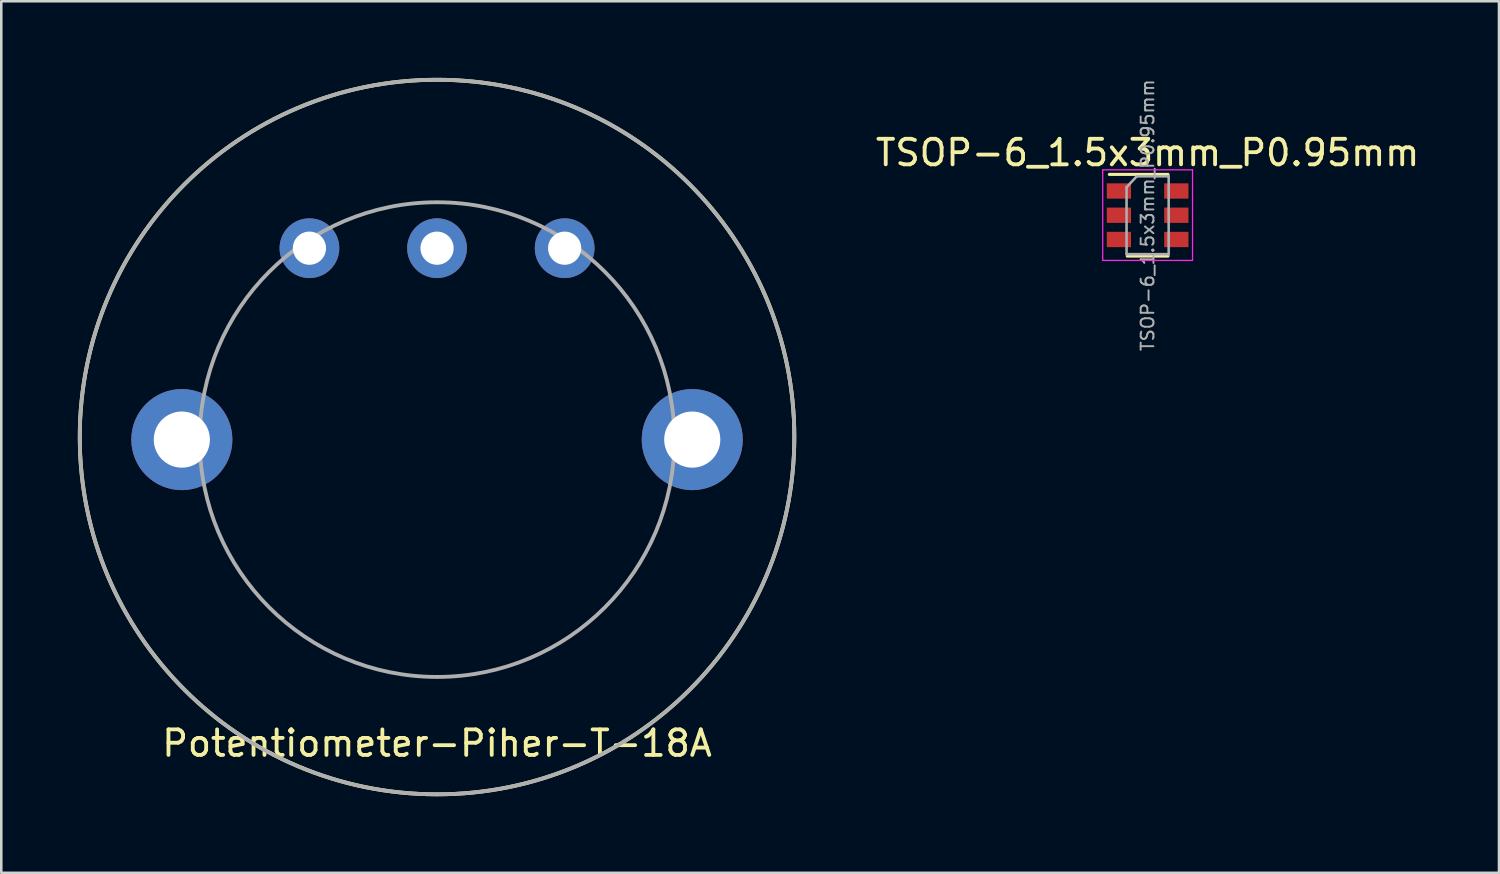
<source format=kicad_pcb>
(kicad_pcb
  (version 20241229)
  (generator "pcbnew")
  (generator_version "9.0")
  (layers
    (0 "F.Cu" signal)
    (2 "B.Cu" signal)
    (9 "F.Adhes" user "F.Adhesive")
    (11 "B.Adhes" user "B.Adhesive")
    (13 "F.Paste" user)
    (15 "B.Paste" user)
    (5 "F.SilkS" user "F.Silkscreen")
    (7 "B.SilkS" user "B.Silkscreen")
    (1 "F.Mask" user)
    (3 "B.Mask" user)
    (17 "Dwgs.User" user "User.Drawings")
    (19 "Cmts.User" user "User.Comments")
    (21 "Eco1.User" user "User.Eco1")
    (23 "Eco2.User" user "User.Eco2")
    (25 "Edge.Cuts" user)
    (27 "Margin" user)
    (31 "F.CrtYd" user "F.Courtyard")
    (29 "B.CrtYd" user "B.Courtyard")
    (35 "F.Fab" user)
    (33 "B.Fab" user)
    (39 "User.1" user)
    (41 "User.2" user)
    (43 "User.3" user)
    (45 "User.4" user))
  (footprint "Potentiometer-Piher-T-18A"
    (layer "F.Cu")
    (at 14.075 6.675)
    (property "Reference" "Potentiometer-Piher-T-18A" (at 0 19.4 0) (layer "F.SilkS") (effects (font (size 1 1) (thickness 0.15))))
    (attr through_hole)
    (fp_circle (center 0 7.4) (end 14 7.4) (stroke (width 0.15) (type solid)) (fill no) (layer "F.SilkS"))
    (fp_circle (center 0 7.4) (end 14 7.4) (stroke (width 0.15) (type solid)) (fill no) (layer "F.Fab"))
    (fp_circle (center 0 7.5) (end 9.3 7.5) (stroke (width 0.15) (type solid)) (fill no) (layer "F.Fab"))
    (pad "1" thru_hole circle (at -5 0) (size 2.34 2.34) (drill 1.3) (layers "*.Cu" "*.Mask"))
    (pad "2" thru_hole circle (at 0 0) (size 2.34 2.34) (drill 1.3) (layers "*.Cu" "*.Mask"))
    (pad "3" thru_hole circle (at 5 0) (size 2.34 2.34) (drill 1.3) (layers "*.Cu" "*.Mask"))
    (pad "MP" thru_hole circle (at -10 7.5) (size 3.96 3.96) (drill 2.2) (layers "*.Cu" "*.Mask"))
    (pad "MP" thru_hole circle (at 10 7.5) (size 3.96 3.96) (drill 2.2) (layers "*.Cu" "*.Mask")))
  (footprint "TSOP-6_1.5x3mm_P0.95mm"
    (layer "F.Cu")
    (at 41.918 5.384)
    (property "Reference" "TSOP-6_1.5x3mm_P0.95mm" (at 0 -2.45 0) (layer "F.SilkS") (effects (font (size 1 1) (thickness 0.15))))
    (attr smd)
    (fp_line (start -0.8 1.6) (end 0.8 1.6) (stroke (width 0.12) (type solid)) (layer "F.SilkS"))
    (fp_line (start 0.8 -1.6) (end -1.5 -1.6) (stroke (width 0.12) (type solid)) (layer "F.SilkS"))
    (fp_line (start -1.76 -1.78) (end -1.76 1.77) (stroke (width 0.05) (type solid)) (layer "F.CrtYd"))
    (fp_line (start -1.76 -1.78) (end 1.76 -1.78) (stroke (width 0.05) (type solid)) (layer "F.CrtYd"))
    (fp_line (start 1.76 1.77) (end -1.76 1.77) (stroke (width 0.05) (type solid)) (layer "F.CrtYd"))
    (fp_line (start 1.76 1.77) (end 1.76 -1.78) (stroke (width 0.05) (type solid)) (layer "F.CrtYd"))
    (fp_line (start -0.825 -1.1) (end -0.825 1.525) (stroke (width 0.1) (type solid)) (layer "F.Fab"))
    (fp_line (start -0.825 -1.1) (end -0.425 -1.525) (stroke (width 0.1) (type solid)) (layer "F.Fab"))
    (fp_line (start 0.825 -1.525) (end -0.425 -1.525) (stroke (width 0.1) (type solid)) (layer "F.Fab"))
    (fp_line (start 0.825 -1.525) (end 0.825 1.525) (stroke (width 0.1) (type solid)) (layer "F.Fab"))
    (fp_line (start 0.825 1.525) (end -0.825 1.525) (stroke (width 0.1) (type solid)) (layer "F.Fab"))
    (fp_text user "${REFERENCE}" (at 0 0 90) (layer "F.Fab") (effects (font (size 0.5 0.5) (thickness 0.075))))
    (pad "1" smd rect (at -1.125 -0.95) (size 0.95 0.6) (layers "F.Cu" "F.Mask" "F.Paste"))
    (pad "2" smd rect (at -1.125 0) (size 0.95 0.6) (layers "F.Cu" "F.Mask" "F.Paste"))
    (pad "3" smd rect (at -1.125 0.95) (size 0.95 0.6) (layers "F.Cu" "F.Mask" "F.Paste"))
    (pad "4" smd rect (at 1.125 0.95) (size 0.95 0.6) (layers "F.Cu" "F.Mask" "F.Paste"))
    (pad "5" smd rect (at 1.125 0) (size 0.95 0.6) (layers "F.Cu" "F.Mask" "F.Paste"))
    (pad "6" smd rect (at 1.125 -0.95) (size 0.95 0.6) (layers "F.Cu" "F.Mask" "F.Paste")))
  (gr_rect
    (start -3 -3)
    (end 55.686 31.15)
    (stroke (width 0.1) (type default))
    (fill no)
    (layer "Edge.Cuts")))
</source>
